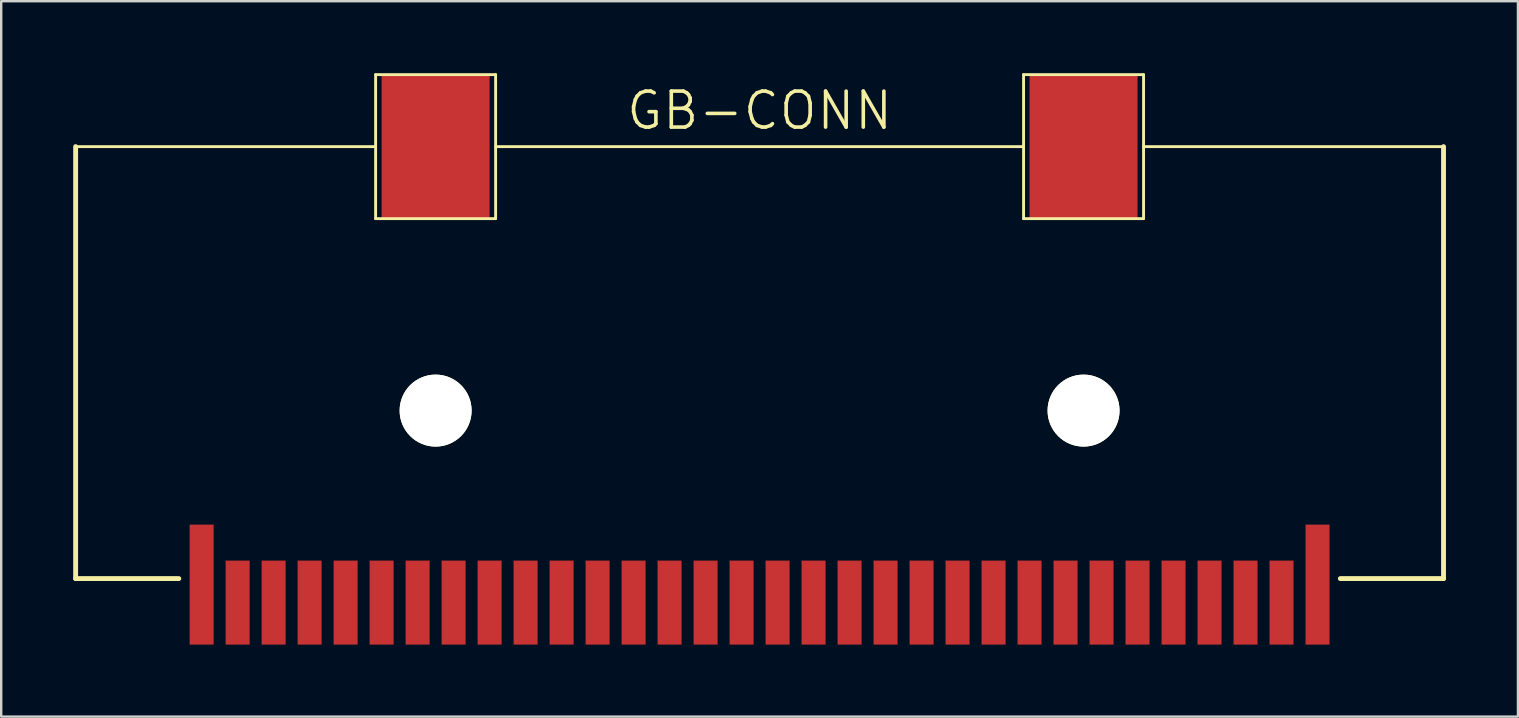
<source format=kicad_pcb>
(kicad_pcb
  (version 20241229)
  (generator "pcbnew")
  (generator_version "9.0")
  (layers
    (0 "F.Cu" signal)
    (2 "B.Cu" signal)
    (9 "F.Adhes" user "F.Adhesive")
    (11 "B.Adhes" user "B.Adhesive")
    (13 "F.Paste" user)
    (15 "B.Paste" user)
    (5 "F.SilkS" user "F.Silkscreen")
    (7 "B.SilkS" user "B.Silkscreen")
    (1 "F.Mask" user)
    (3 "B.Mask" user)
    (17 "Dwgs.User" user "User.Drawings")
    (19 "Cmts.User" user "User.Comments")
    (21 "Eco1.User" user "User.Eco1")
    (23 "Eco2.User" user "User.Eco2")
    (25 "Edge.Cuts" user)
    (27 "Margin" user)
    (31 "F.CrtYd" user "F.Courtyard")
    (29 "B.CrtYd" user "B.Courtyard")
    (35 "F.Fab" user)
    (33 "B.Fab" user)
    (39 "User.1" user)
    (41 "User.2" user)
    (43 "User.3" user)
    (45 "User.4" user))
  (footprint "GB-CONN"
    (layer "F.Cu")
    (at 28.602 22.06)
    (property "Reference" "GB-CONN" (at 0 -20.5 0) (layer "F.SilkS") (effects (font (size 1.5 1.5) (thickness 0.15))))
    (attr through_hole)
    (fp_line (start -28.5 -19) (end -16 -19) (stroke (width 0.12) (type solid)) (layer "F.SilkS"))
    (fp_line (start -28.5 -1) (end -28.5 -19) (stroke (width 0.203) (type solid)) (layer "F.SilkS"))
    (fp_line (start -24.2 -1) (end -28.5 -1) (stroke (width 0.203) (type solid)) (layer "F.SilkS"))
    (fp_line (start -16 -22) (end -16 -16) (stroke (width 0.12) (type solid)) (layer "F.SilkS"))
    (fp_line (start -16 -16) (end -11 -16) (stroke (width 0.12) (type solid)) (layer "F.SilkS"))
    (fp_line (start -11 -22) (end -16 -22) (stroke (width 0.12) (type solid)) (layer "F.SilkS"))
    (fp_line (start -11 -16) (end -11 -22) (stroke (width 0.12) (type solid)) (layer "F.SilkS"))
    (fp_line (start 11 -22) (end 11 -16) (stroke (width 0.12) (type solid)) (layer "F.SilkS"))
    (fp_line (start 11 -19) (end -11 -19) (stroke (width 0.12) (type solid)) (layer "F.SilkS"))
    (fp_line (start 11 -16) (end 16 -16) (stroke (width 0.12) (type solid)) (layer "F.SilkS"))
    (fp_line (start 16 -22) (end 11 -22) (stroke (width 0.12) (type solid)) (layer "F.SilkS"))
    (fp_line (start 16 -16) (end 16 -22) (stroke (width 0.12) (type solid)) (layer "F.SilkS"))
    (fp_line (start 28.5 -19) (end 16 -19) (stroke (width 0.12) (type solid)) (layer "F.SilkS"))
    (fp_line (start 28.5 -19) (end 28.5 -1) (stroke (width 0.203) (type solid)) (layer "F.SilkS"))
    (fp_line (start 28.5 -1) (end 24.2 -1) (stroke (width 0.203) (type solid)) (layer "F.SilkS"))
    (pad "" smd rect (at -13.5 -19) (size 4.5 6) (layers "F.Cu" "F.Mask" "F.Paste"))
    (pad "" np_thru_hole circle (at -13.5 -8) (size 3 3) (drill 3) (layers "*.Cu" "*.Mask" "F.SilkS"))
    (pad "" smd rect (at 13.5 -19) (size 4.5 6) (layers "F.Cu" "F.Mask" "F.Paste"))
    (pad "" np_thru_hole circle (at 13.5 -8) (size 3 3) (drill 3) (layers "*.Cu" "*.Mask" "F.SilkS"))
    (pad "1" smd rect (at -23.25 -0.75) (size 1 5) (layers "F.Cu" "F.Mask" "F.Paste"))
    (pad "2" smd rect (at -21.75 0) (size 1 3.5) (layers "F.Cu" "F.Mask" "F.Paste"))
    (pad "3" smd rect (at -20.25 0) (size 1 3.5) (layers "F.Cu" "F.Mask" "F.Paste"))
    (pad "4" smd rect (at -18.75 0) (size 1 3.5) (layers "F.Cu" "F.Mask" "F.Paste"))
    (pad "5" smd rect (at -17.25 0) (size 1 3.5) (layers "F.Cu" "F.Mask" "F.Paste"))
    (pad "6" smd rect (at -15.75 0) (size 1 3.5) (layers "F.Cu" "F.Mask" "F.Paste"))
    (pad "7" smd rect (at -14.25 0) (size 1 3.5) (layers "F.Cu" "F.Mask" "F.Paste"))
    (pad "8" smd rect (at -12.75 0) (size 1 3.5) (layers "F.Cu" "F.Mask" "F.Paste"))
    (pad "9" smd rect (at -11.25 0) (size 1 3.5) (layers "F.Cu" "F.Mask" "F.Paste"))
    (pad "10" smd rect (at -9.75 0) (size 1 3.5) (layers "F.Cu" "F.Mask" "F.Paste"))
    (pad "11" smd rect (at -8.25 0) (size 1 3.5) (layers "F.Cu" "F.Mask" "F.Paste"))
    (pad "12" smd rect (at -6.75 0) (size 1 3.5) (layers "F.Cu" "F.Mask" "F.Paste"))
    (pad "13" smd rect (at -5.25 0) (size 1 3.5) (layers "F.Cu" "F.Mask" "F.Paste"))
    (pad "14" smd rect (at -3.75 0) (size 1 3.5) (layers "F.Cu" "F.Mask" "F.Paste"))
    (pad "15" smd rect (at -2.25 0) (size 1 3.5) (layers "F.Cu" "F.Mask" "F.Paste"))
    (pad "16" smd rect (at -0.75 0) (size 1 3.5) (layers "F.Cu" "F.Mask" "F.Paste"))
    (pad "17" smd rect (at 0.75 0) (size 1 3.5) (layers "F.Cu" "F.Mask" "F.Paste"))
    (pad "18" smd rect (at 2.25 0) (size 1 3.5) (layers "F.Cu" "F.Mask" "F.Paste"))
    (pad "19" smd rect (at 3.75 0) (size 1 3.5) (layers "F.Cu" "F.Mask" "F.Paste"))
    (pad "20" smd rect (at 5.25 0) (size 1 3.5) (layers "F.Cu" "F.Mask" "F.Paste"))
    (pad "21" smd rect (at 6.75 0) (size 1 3.5) (layers "F.Cu" "F.Mask" "F.Paste"))
    (pad "22" smd rect (at 8.25 0) (size 1 3.5) (layers "F.Cu" "F.Mask" "F.Paste"))
    (pad "23" smd rect (at 9.75 0) (size 1 3.5) (layers "F.Cu" "F.Mask" "F.Paste"))
    (pad "24" smd rect (at 11.25 0) (size 1 3.5) (layers "F.Cu" "F.Mask" "F.Paste"))
    (pad "25" smd rect (at 12.75 0) (size 1 3.5) (layers "F.Cu" "F.Mask" "F.Paste"))
    (pad "26" smd rect (at 14.25 0) (size 1 3.5) (layers "F.Cu" "F.Mask" "F.Paste"))
    (pad "27" smd rect (at 15.75 0) (size 1 3.5) (layers "F.Cu" "F.Mask" "F.Paste"))
    (pad "28" smd rect (at 17.25 0) (size 1 3.5) (layers "F.Cu" "F.Mask" "F.Paste"))
    (pad "29" smd rect (at 18.75 0) (size 1 3.5) (layers "F.Cu" "F.Mask" "F.Paste"))
    (pad "30" smd rect (at 20.25 0) (size 1 3.5) (layers "F.Cu" "F.Mask" "F.Paste"))
    (pad "31" smd rect (at 21.75 0) (size 1 3.5) (layers "F.Cu" "F.Mask" "F.Paste"))
    (pad "32" smd rect (at 23.25 -0.75) (size 1 5) (layers "F.Cu" "F.Mask" "F.Paste")))
  (gr_rect
    (start -3 -3)
    (end 60.203 26.81)
    (stroke (width 0.1) (type default))
    (fill no)
    (layer "Edge.Cuts")))
</source>
